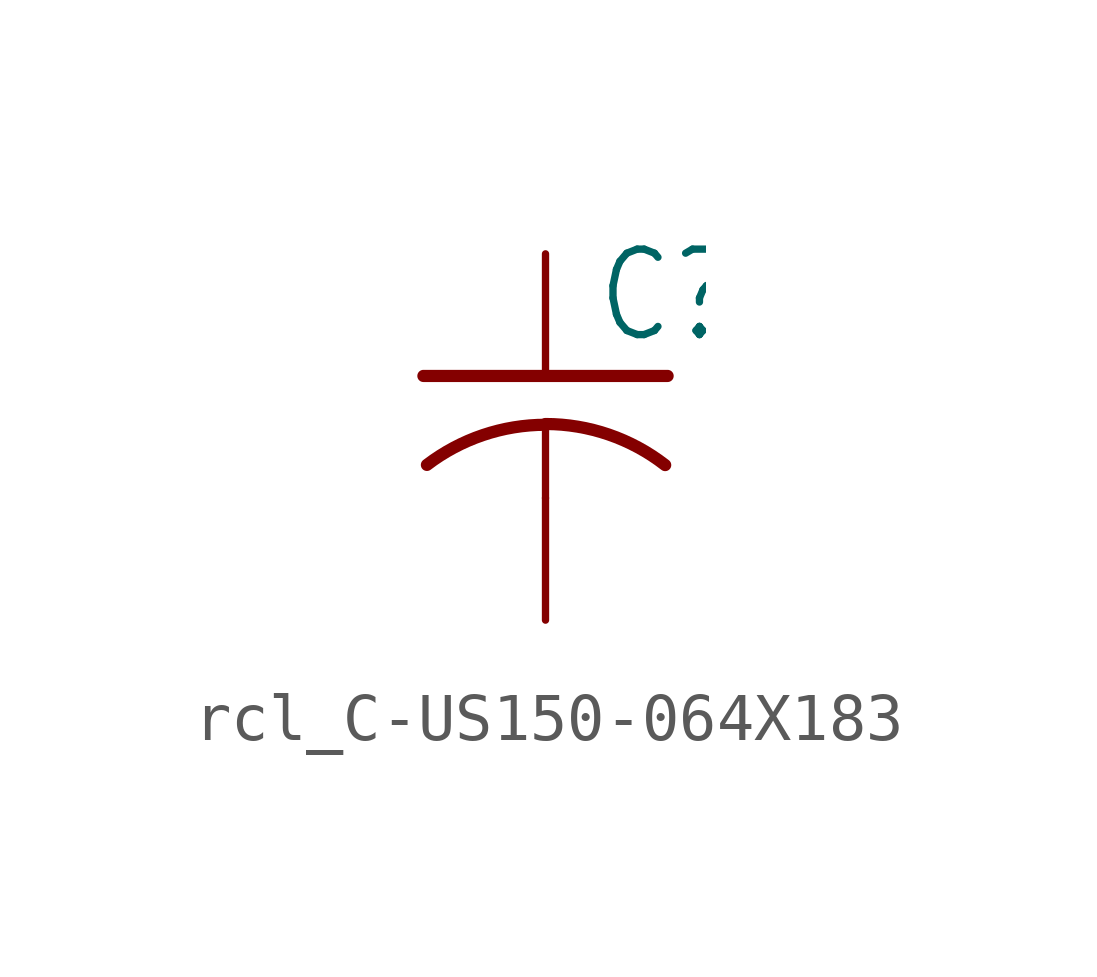
<source format=kicad_sym>
(kicad_symbol_lib
  (version 20231120)
  (generator "kicad_symbol_editor")
  (generator_version "8.0")
  (symbol "rcl_C-US150-064X183"
    (property "Reference" "C"
      (at 1.016 0.635 0)
      (effects (font (size 1.778 1.511)) (justify left bottom)))
    (property "Value" ""
      (at 1.016 -4.191 0)
      (effects (font (size 1.778 1.511)) (justify left bottom)))
    (property "ki_locked" ""
      (at 0 0 0)
      (effects (font (size 1.27 1.27))))
    (symbol "rcl_C-US150-064X183_1_0"
      (arc (start 0 -1.0161) (mid -1.302 -1.2303) (end -2.4668 -1.8504) (stroke (width 0.254) (type solid)) (fill (type none)))
      (polyline (pts (xy -2.54 0) (xy 2.54 0)) (stroke (width 0.254) (type solid)) (fill (type none)))
      (polyline (pts (xy 0 -1.016) (xy 0 -2.54)) (stroke (width 0.152) (type solid)) (fill (type none)))
      (arc (start 2.4892 -1.8541) (mid 1.3158 -1.2194) (end 0 -1) (stroke (width 0.254) (type solid)) (fill (type none)))
      (pin passive line (at 0 2.54 270) (length 2.54) (name "1" (effects (font (size 0 0)))) (number "1" (effects (font (size 0 0)))))
      (pin passive line (at 0 -5.08 90) (length 2.54) (name "2" (effects (font (size 0 0)))) (number "2" (effects (font (size 0 0))))))))
</source>
